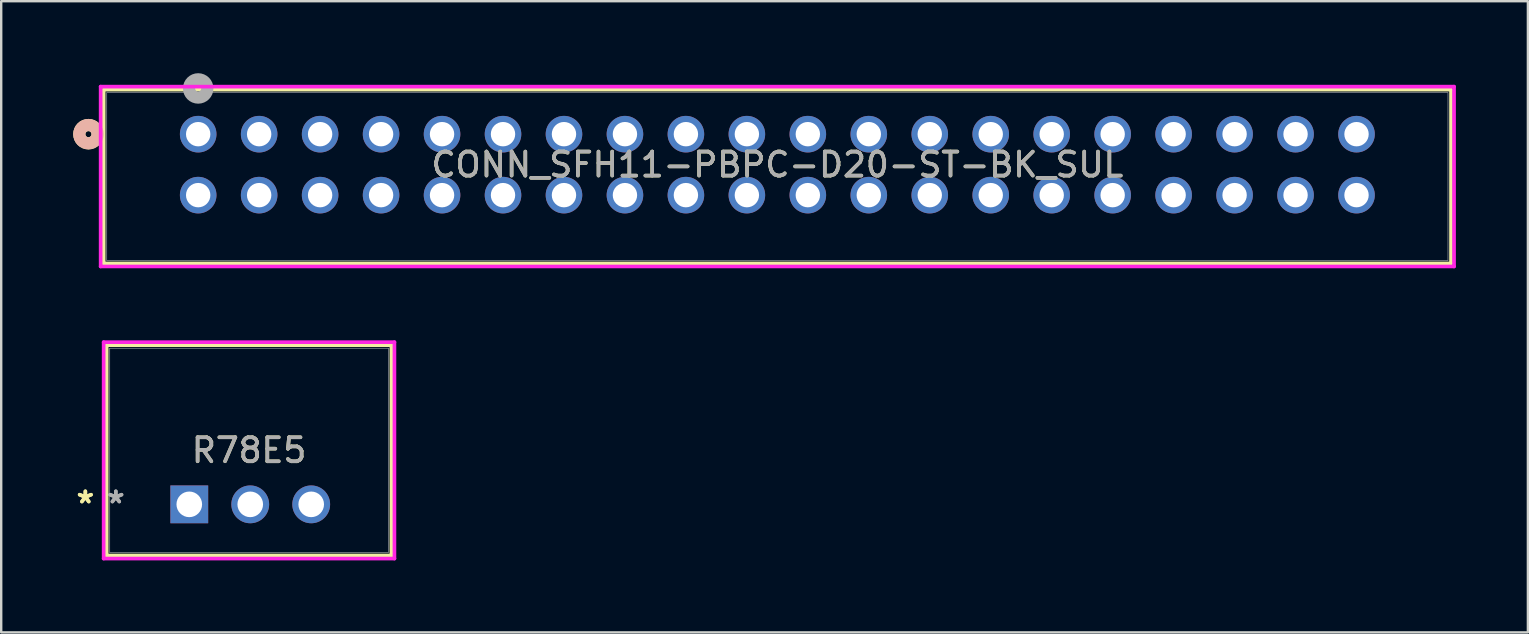
<source format=kicad_pcb>
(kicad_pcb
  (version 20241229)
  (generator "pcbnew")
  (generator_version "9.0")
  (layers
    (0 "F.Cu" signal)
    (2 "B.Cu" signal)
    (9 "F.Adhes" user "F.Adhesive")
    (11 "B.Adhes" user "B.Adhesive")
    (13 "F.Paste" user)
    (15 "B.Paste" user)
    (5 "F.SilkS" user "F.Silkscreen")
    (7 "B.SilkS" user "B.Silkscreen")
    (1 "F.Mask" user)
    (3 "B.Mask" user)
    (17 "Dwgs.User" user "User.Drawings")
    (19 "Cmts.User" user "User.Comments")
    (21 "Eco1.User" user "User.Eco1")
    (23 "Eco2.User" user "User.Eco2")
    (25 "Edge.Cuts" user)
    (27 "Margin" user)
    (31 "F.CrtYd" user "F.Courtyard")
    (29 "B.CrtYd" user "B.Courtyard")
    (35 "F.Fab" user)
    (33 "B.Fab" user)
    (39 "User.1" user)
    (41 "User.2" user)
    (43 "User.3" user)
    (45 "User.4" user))
  (footprint "R78E5"
    (layer "F.Cu")
    (at 4.836 17.963)
    (property "Reference" "R78E5" (at 2.49 -2.25 0) (unlocked yes) (layer "F.SilkS") (effects (font (size 1 1) (thickness 0.15))))
    (attr through_hole)
    (fp_line (start -3.441 -6.631) (end -3.441 2.132) (stroke (width 0.152) (type solid)) (layer "F.SilkS"))
    (fp_line (start -3.441 2.132) (end 8.421 2.132) (stroke (width 0.152) (type solid)) (layer "F.SilkS"))
    (fp_line (start 8.421 -6.631) (end -3.441 -6.631) (stroke (width 0.152) (type solid)) (layer "F.SilkS"))
    (fp_line (start 8.421 2.132) (end 8.421 -6.631) (stroke (width 0.152) (type solid)) (layer "F.SilkS"))
    (fp_line (start -3.568 -6.758) (end 8.548 -6.758) (stroke (width 0.152) (type solid)) (layer "F.CrtYd"))
    (fp_line (start -3.568 2.259) (end -3.568 -6.758) (stroke (width 0.152) (type solid)) (layer "F.CrtYd"))
    (fp_line (start 8.548 -6.758) (end 8.548 2.259) (stroke (width 0.152) (type solid)) (layer "F.CrtYd"))
    (fp_line (start 8.548 2.259) (end -3.568 2.259) (stroke (width 0.152) (type solid)) (layer "F.CrtYd"))
    (fp_line (start -3.314 -6.504) (end -3.314 2.005) (stroke (width 0.025) (type solid)) (layer "F.Fab"))
    (fp_line (start -3.314 2.005) (end 8.294 2.005) (stroke (width 0.025) (type solid)) (layer "F.Fab"))
    (fp_line (start 8.294 -6.504) (end -3.314 -6.504) (stroke (width 0.025) (type solid)) (layer "F.Fab"))
    (fp_line (start 8.294 2.005) (end 8.294 -6.504) (stroke (width 0.025) (type solid)) (layer "F.Fab"))
    (fp_text user "*" (at -4.33 0 0) (unlocked yes) (layer "F.SilkS") (effects (font (size 1 1) (thickness 0.15))))
    (fp_text user "*" (at -4.33 0 0) (layer "F.SilkS") (effects (font (size 1 1) (thickness 0.15))))
    (fp_text user "${REFERENCE}" (at 2.49 -2.25 0) (unlocked yes) (layer "F.Fab") (effects (font (size 1 1) (thickness 0.15))))
    (fp_text user "*" (at -3.06 0 0) (unlocked yes) (layer "F.Fab") (effects (font (size 1 1) (thickness 0.15))))
    (fp_text user "*" (at -3.06 0 0) (layer "F.Fab") (effects (font (size 1 1) (thickness 0.15))))
    (pad "1" thru_hole rect (at 0 0) (size 1.575 1.575) (drill 1.067) (layers "*.Cu" "*.Mask"))
    (pad "2" thru_hole circle (at 2.54 0) (size 1.575 1.575) (drill 1.067) (layers "*.Cu" "*.Mask"))
    (pad "3" thru_hole circle (at 5.08 0) (size 1.575 1.575) (drill 1.067) (layers "*.Cu" "*.Mask")))
  (footprint "CONN_SFH11-PBPC-D20-ST-BK_SUL"
    (layer "F.Cu")
    (at 5.207 2.54)
    (property "Reference" "CONN_SFH11-PBPC-D20-ST-BK_SUL" (at 24.13 1.27 0) (unlocked yes) (layer "F.SilkS") (effects (font (size 1 1) (thickness 0.15))))
    (attr through_hole)
    (fp_line (start -3.937 -1.854) (end -3.937 5.385) (stroke (width 0.152) (type solid)) (layer "F.SilkS"))
    (fp_line (start -3.937 5.385) (end 52.197 5.385) (stroke (width 0.152) (type solid)) (layer "F.SilkS"))
    (fp_line (start 52.197 -1.854) (end -3.937 -1.854) (stroke (width 0.152) (type solid)) (layer "F.SilkS"))
    (fp_line (start 52.197 5.385) (end 52.197 -1.854) (stroke (width 0.152) (type solid)) (layer "F.SilkS"))
    (fp_circle (center -4.572 0) (end -4.191 0) (stroke (width 0.508) (type solid)) (fill no) (layer "F.SilkS"))
    (fp_circle (center -4.572 0) (end -4.191 0) (stroke (width 0.508) (type solid)) (fill no) (layer "B.SilkS"))
    (fp_line (start -4.064 -1.981) (end -4.064 5.512) (stroke (width 0.152) (type solid)) (layer "F.CrtYd"))
    (fp_line (start -4.064 5.512) (end 52.324 5.512) (stroke (width 0.152) (type solid)) (layer "F.CrtYd"))
    (fp_line (start 52.324 -1.981) (end -4.064 -1.981) (stroke (width 0.152) (type solid)) (layer "F.CrtYd"))
    (fp_line (start 52.324 5.512) (end 52.324 -1.981) (stroke (width 0.152) (type solid)) (layer "F.CrtYd"))
    (fp_line (start -3.81 -1.727) (end -3.81 5.258) (stroke (width 0.025) (type solid)) (layer "F.Fab"))
    (fp_line (start -3.81 5.258) (end 52.07 5.258) (stroke (width 0.025) (type solid)) (layer "F.Fab"))
    (fp_line (start 52.07 -1.727) (end -3.81 -1.727) (stroke (width 0.025) (type solid)) (layer "F.Fab"))
    (fp_line (start 52.07 5.258) (end 52.07 -1.727) (stroke (width 0.025) (type solid)) (layer "F.Fab"))
    (fp_circle (center 0 -1.905) (end 0.381 -1.905) (stroke (width 0.508) (type solid)) (fill no) (layer "F.Fab"))
    (fp_text user "${REFERENCE}" (at 24.13 1.27 0) (unlocked yes) (layer "F.Fab") (effects (font (size 1 1) (thickness 0.15))))
    (pad "1" thru_hole circle (at 0 0) (size 1.524 1.524) (drill 1.016) (layers "*.Cu" "*.Mask"))
    (pad "2" thru_hole circle (at 0 2.54) (size 1.524 1.524) (drill 1.016) (layers "*.Cu" "*.Mask"))
    (pad "3" thru_hole circle (at 2.54 0) (size 1.524 1.524) (drill 1.016) (layers "*.Cu" "*.Mask"))
    (pad "4" thru_hole circle (at 2.54 2.54) (size 1.524 1.524) (drill 1.016) (layers "*.Cu" "*.Mask"))
    (pad "5" thru_hole circle (at 5.08 0) (size 1.524 1.524) (drill 1.016) (layers "*.Cu" "*.Mask"))
    (pad "6" thru_hole circle (at 5.08 2.54) (size 1.524 1.524) (drill 1.016) (layers "*.Cu" "*.Mask"))
    (pad "7" thru_hole circle (at 7.62 0) (size 1.524 1.524) (drill 1.016) (layers "*.Cu" "*.Mask"))
    (pad "8" thru_hole circle (at 7.62 2.54) (size 1.524 1.524) (drill 1.016) (layers "*.Cu" "*.Mask"))
    (pad "9" thru_hole circle (at 10.16 0) (size 1.524 1.524) (drill 1.016) (layers "*.Cu" "*.Mask"))
    (pad "10" thru_hole circle (at 10.16 2.54) (size 1.524 1.524) (drill 1.016) (layers "*.Cu" "*.Mask"))
    (pad "11" thru_hole circle (at 12.7 0) (size 1.524 1.524) (drill 1.016) (layers "*.Cu" "*.Mask"))
    (pad "12" thru_hole circle (at 12.7 2.54) (size 1.524 1.524) (drill 1.016) (layers "*.Cu" "*.Mask"))
    (pad "13" thru_hole circle (at 15.24 0) (size 1.524 1.524) (drill 1.016) (layers "*.Cu" "*.Mask"))
    (pad "14" thru_hole circle (at 15.24 2.54) (size 1.524 1.524) (drill 1.016) (layers "*.Cu" "*.Mask"))
    (pad "15" thru_hole circle (at 17.78 0) (size 1.524 1.524) (drill 1.016) (layers "*.Cu" "*.Mask"))
    (pad "16" thru_hole circle (at 17.78 2.54) (size 1.524 1.524) (drill 1.016) (layers "*.Cu" "*.Mask"))
    (pad "17" thru_hole circle (at 20.32 0) (size 1.524 1.524) (drill 1.016) (layers "*.Cu" "*.Mask"))
    (pad "18" thru_hole circle (at 20.32 2.54) (size 1.524 1.524) (drill 1.016) (layers "*.Cu" "*.Mask"))
    (pad "19" thru_hole circle (at 22.86 0) (size 1.524 1.524) (drill 1.016) (layers "*.Cu" "*.Mask"))
    (pad "20" thru_hole circle (at 22.86 2.54) (size 1.524 1.524) (drill 1.016) (layers "*.Cu" "*.Mask"))
    (pad "21" thru_hole circle (at 25.4 0) (size 1.524 1.524) (drill 1.016) (layers "*.Cu" "*.Mask"))
    (pad "22" thru_hole circle (at 25.4 2.54) (size 1.524 1.524) (drill 1.016) (layers "*.Cu" "*.Mask"))
    (pad "23" thru_hole circle (at 27.94 0) (size 1.524 1.524) (drill 1.016) (layers "*.Cu" "*.Mask"))
    (pad "24" thru_hole circle (at 27.94 2.54) (size 1.524 1.524) (drill 1.016) (layers "*.Cu" "*.Mask"))
    (pad "25" thru_hole circle (at 30.48 0) (size 1.524 1.524) (drill 1.016) (layers "*.Cu" "*.Mask"))
    (pad "26" thru_hole circle (at 30.48 2.54) (size 1.524 1.524) (drill 1.016) (layers "*.Cu" "*.Mask"))
    (pad "27" thru_hole circle (at 33.02 0) (size 1.524 1.524) (drill 1.016) (layers "*.Cu" "*.Mask"))
    (pad "28" thru_hole circle (at 33.02 2.54) (size 1.524 1.524) (drill 1.016) (layers "*.Cu" "*.Mask"))
    (pad "29" thru_hole circle (at 35.56 0) (size 1.524 1.524) (drill 1.016) (layers "*.Cu" "*.Mask"))
    (pad "30" thru_hole circle (at 35.56 2.54) (size 1.524 1.524) (drill 1.016) (layers "*.Cu" "*.Mask"))
    (pad "31" thru_hole circle (at 38.1 0) (size 1.524 1.524) (drill 1.016) (layers "*.Cu" "*.Mask"))
    (pad "32" thru_hole circle (at 38.1 2.54) (size 1.524 1.524) (drill 1.016) (layers "*.Cu" "*.Mask"))
    (pad "33" thru_hole circle (at 40.64 0) (size 1.524 1.524) (drill 1.016) (layers "*.Cu" "*.Mask"))
    (pad "34" thru_hole circle (at 40.64 2.54) (size 1.524 1.524) (drill 1.016) (layers "*.Cu" "*.Mask"))
    (pad "35" thru_hole circle (at 43.18 0) (size 1.524 1.524) (drill 1.016) (layers "*.Cu" "*.Mask"))
    (pad "36" thru_hole circle (at 43.18 2.54) (size 1.524 1.524) (drill 1.016) (layers "*.Cu" "*.Mask"))
    (pad "37" thru_hole circle (at 45.72 0) (size 1.524 1.524) (drill 1.016) (layers "*.Cu" "*.Mask"))
    (pad "38" thru_hole circle (at 45.72 2.54) (size 1.524 1.524) (drill 1.016) (layers "*.Cu" "*.Mask"))
    (pad "39" thru_hole circle (at 48.26 0) (size 1.524 1.524) (drill 1.016) (layers "*.Cu" "*.Mask"))
    (pad "40" thru_hole circle (at 48.26 2.54) (size 1.524 1.524) (drill 1.016) (layers "*.Cu" "*.Mask")))
  (gr_rect
    (start -3 -3)
    (end 60.607 23.297)
    (stroke (width 0.1) (type default))
    (fill no)
    (layer "Edge.Cuts")))
</source>
